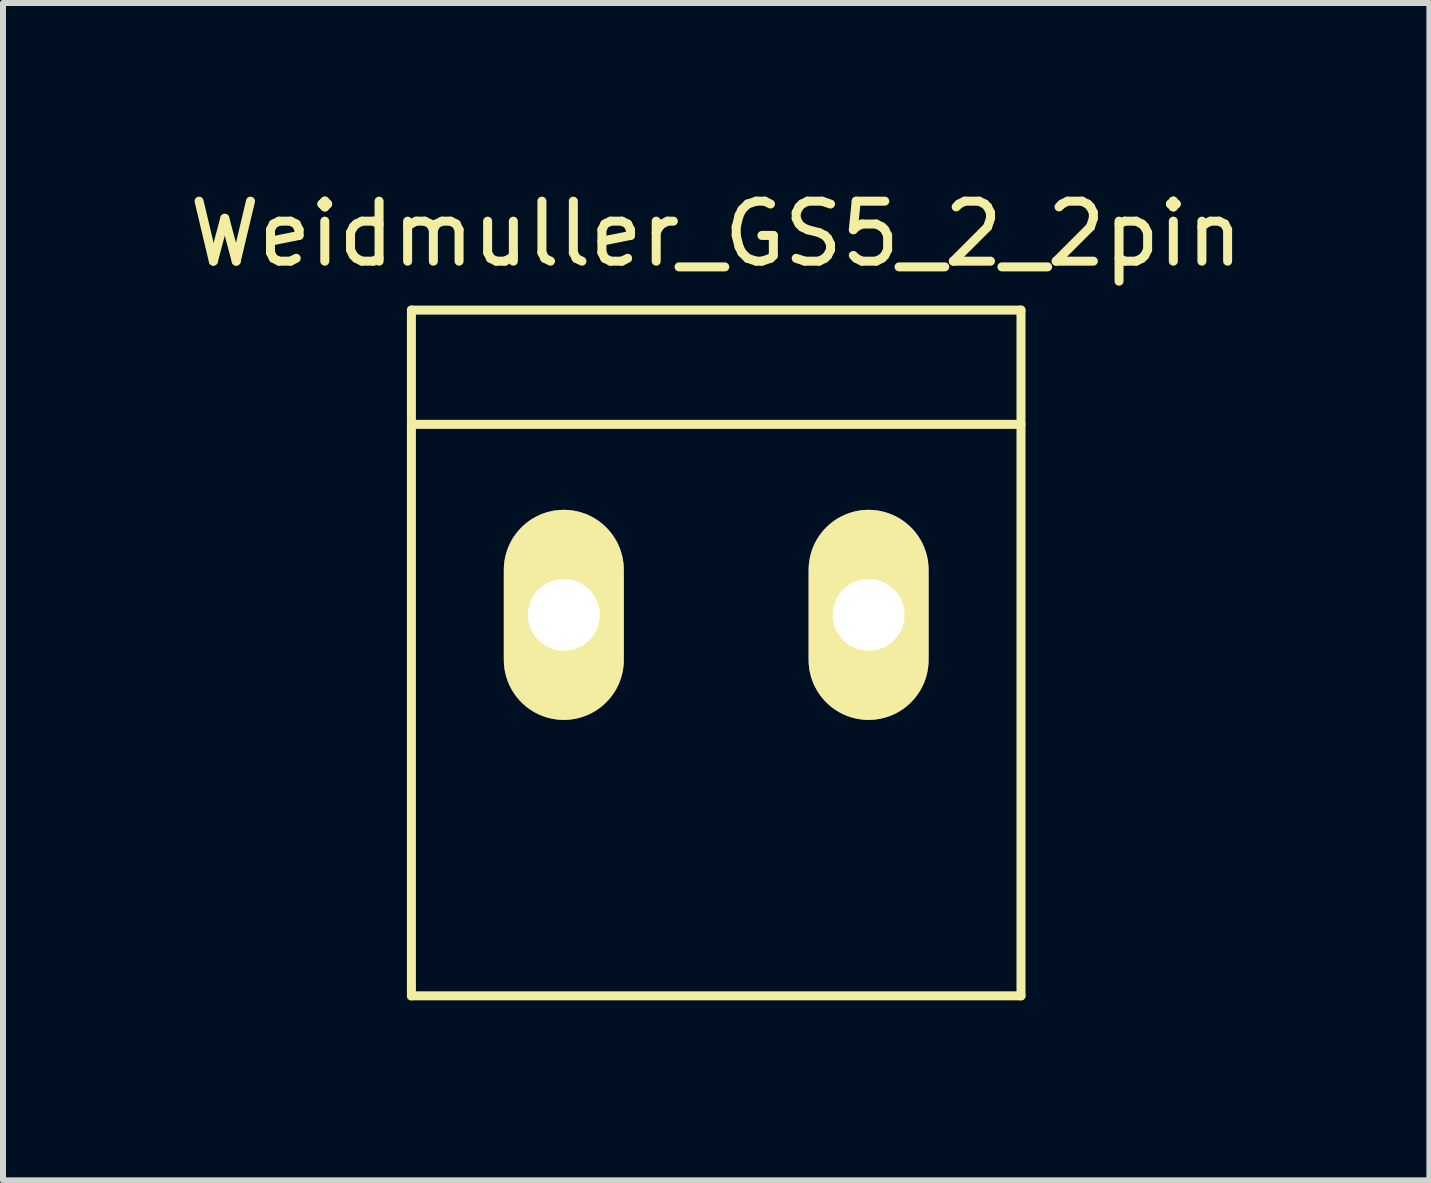
<source format=kicad_pcb>
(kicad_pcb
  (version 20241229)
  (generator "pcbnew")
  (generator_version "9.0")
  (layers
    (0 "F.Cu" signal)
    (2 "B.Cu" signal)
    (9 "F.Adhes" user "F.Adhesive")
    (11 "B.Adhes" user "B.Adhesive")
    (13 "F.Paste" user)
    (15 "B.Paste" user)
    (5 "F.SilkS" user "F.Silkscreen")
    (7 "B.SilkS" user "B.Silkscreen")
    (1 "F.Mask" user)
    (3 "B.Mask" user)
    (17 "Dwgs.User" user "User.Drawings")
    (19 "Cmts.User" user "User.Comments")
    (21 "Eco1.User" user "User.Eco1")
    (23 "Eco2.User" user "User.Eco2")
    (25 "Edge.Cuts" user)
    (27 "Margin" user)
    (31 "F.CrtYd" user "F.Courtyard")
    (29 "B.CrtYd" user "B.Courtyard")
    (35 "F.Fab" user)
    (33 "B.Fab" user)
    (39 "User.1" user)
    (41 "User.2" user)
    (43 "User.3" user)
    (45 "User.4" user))
  (footprint "Weidmuller_GS5_2_2pin"
    (layer "F.Cu")
    (at 8.887 7.198)
    (property "Reference" "Weidmuller_GS5_2_2pin" (at 0 -6.35 0) (layer "F.SilkS") (effects (font (size 1 1) (thickness 0.15))))
    (attr through_hole)
    (fp_line (start -5.08 -5.08) (end -5.08 6.35) (stroke (width 0.15) (type solid)) (layer "F.SilkS"))
    (fp_line (start -5.08 -3.175) (end 5.08 -3.175) (stroke (width 0.15) (type solid)) (layer "F.SilkS"))
    (fp_line (start -5.08 6.35) (end 5.08 6.35) (stroke (width 0.15) (type solid)) (layer "F.SilkS"))
    (fp_line (start 5.08 -5.08) (end -5.08 -5.08) (stroke (width 0.15) (type solid)) (layer "F.SilkS"))
    (fp_line (start 5.08 6.35) (end 5.08 -5.08) (stroke (width 0.15) (type solid)) (layer "F.SilkS"))
    (pad "1" thru_hole oval (at -2.54 0) (size 1.999 3.5) (drill 1.199) (layers "*.Cu" "*.Mask" "F.SilkS"))
    (pad "2" thru_hole oval (at 2.54 0) (size 1.999 3.5) (drill 1.199) (layers "*.Cu" "*.Mask" "F.SilkS")))
  (gr_rect
    (start -3 -3)
    (end 20.774 16.623)
    (stroke (width 0.1) (type default))
    (fill no)
    (layer "Edge.Cuts")))
</source>
